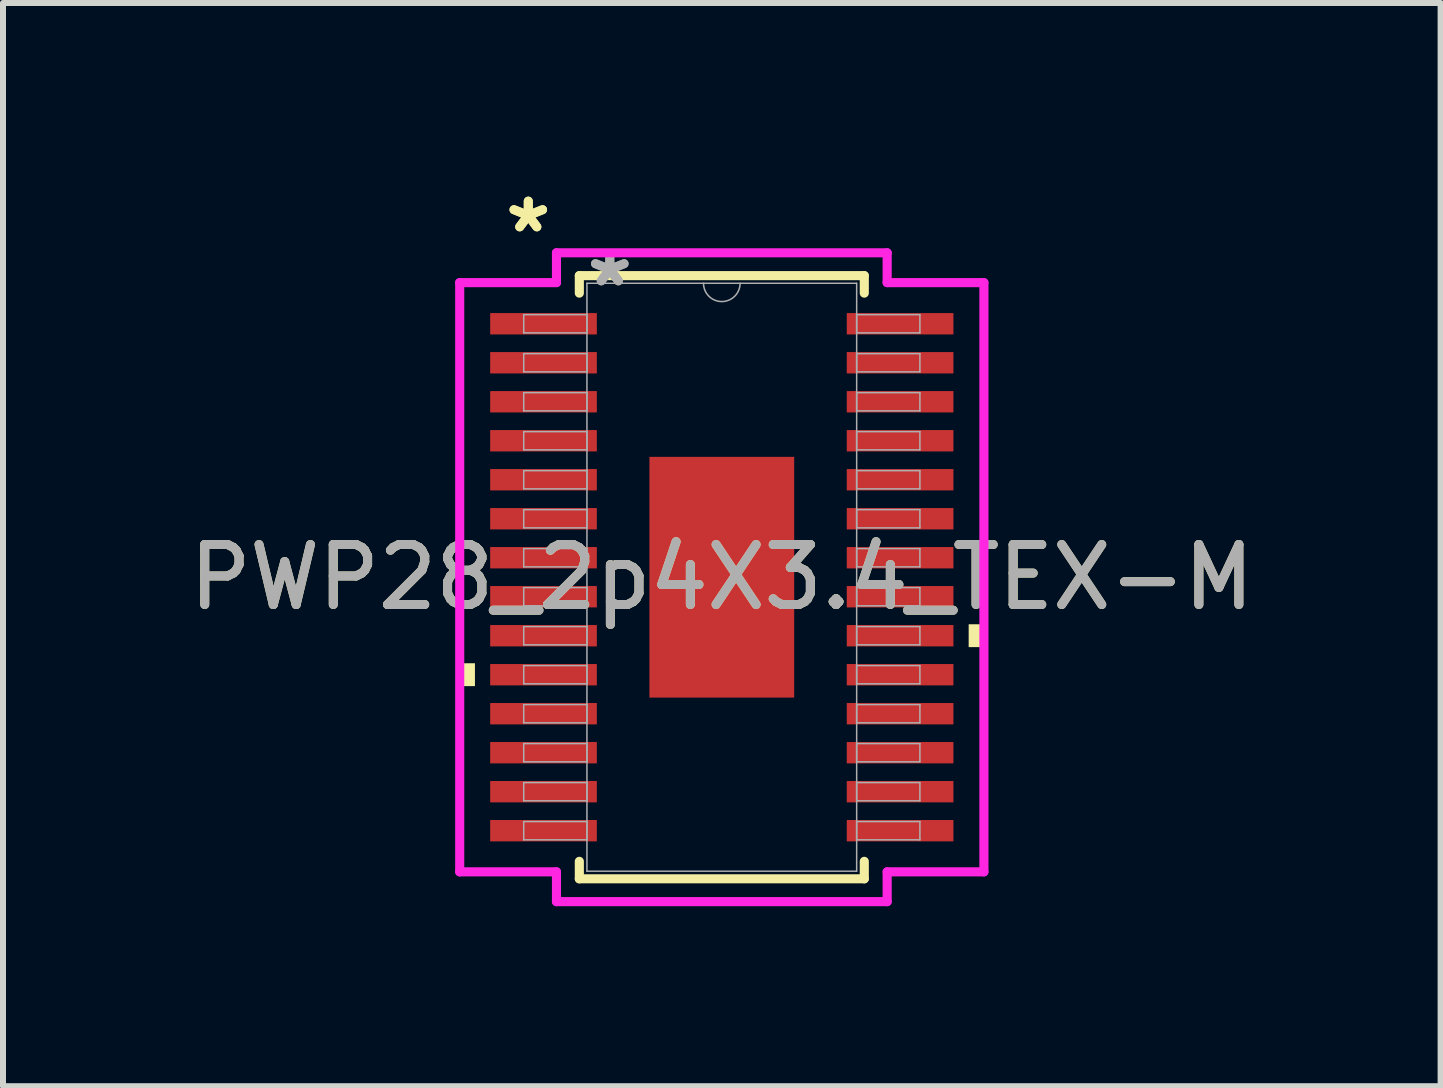
<source format=kicad_pcb>
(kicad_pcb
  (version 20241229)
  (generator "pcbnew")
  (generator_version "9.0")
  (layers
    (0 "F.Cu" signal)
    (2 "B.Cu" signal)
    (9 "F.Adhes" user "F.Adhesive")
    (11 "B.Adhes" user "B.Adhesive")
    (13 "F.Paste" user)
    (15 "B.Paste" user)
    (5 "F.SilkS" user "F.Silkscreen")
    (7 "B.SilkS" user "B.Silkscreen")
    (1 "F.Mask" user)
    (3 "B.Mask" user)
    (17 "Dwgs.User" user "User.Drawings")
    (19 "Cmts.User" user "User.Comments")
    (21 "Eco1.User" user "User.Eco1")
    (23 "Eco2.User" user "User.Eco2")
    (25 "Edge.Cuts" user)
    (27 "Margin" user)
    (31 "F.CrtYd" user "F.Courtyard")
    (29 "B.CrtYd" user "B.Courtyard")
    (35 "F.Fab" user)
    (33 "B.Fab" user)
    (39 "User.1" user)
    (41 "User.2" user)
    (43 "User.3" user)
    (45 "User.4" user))
  (footprint "PWP28_2p4X3.4_TEX-M"
    (layer "F.Cu")
    (at 8.982 6.572)
    (property "Reference" "PWP28_2p4X3.4_TEX-M" (at 0 0 0) (unlocked yes) (layer "F.SilkS") (effects (font (size 1 1) (thickness 0.15))))
    (attr smd)
    (fp_line (start -2.375 -5.027) (end -2.375 -4.736) (stroke (width 0.152) (type solid)) (layer "F.SilkS"))
    (fp_line (start -2.375 4.736) (end -2.375 5.027) (stroke (width 0.152) (type solid)) (layer "F.SilkS"))
    (fp_line (start -2.375 5.027) (end 2.375 5.027) (stroke (width 0.152) (type solid)) (layer "F.SilkS"))
    (fp_line (start 2.375 -5.027) (end -2.375 -5.027) (stroke (width 0.152) (type solid)) (layer "F.SilkS"))
    (fp_line (start 2.375 -4.736) (end 2.375 -5.027) (stroke (width 0.152) (type solid)) (layer "F.SilkS"))
    (fp_line (start 2.375 5.027) (end 2.375 4.736) (stroke (width 0.152) (type solid)) (layer "F.SilkS"))
    (fp_poly (pts (xy -4.369 1.434) (xy -4.369 1.815) (xy -4.115 1.815) (xy -4.115 1.434)) (stroke (width 0) (type solid)) (fill yes) (layer "F.SilkS"))
    (fp_poly (pts (xy 4.369 0.784) (xy 4.369 1.165) (xy 4.115 1.165) (xy 4.115 0.784)) (stroke (width 0) (type solid)) (fill yes) (layer "F.SilkS"))
    (fp_poly (pts (xy -1.107 -1.907) (xy -1.107 -0.769) (xy 1.107 -0.769) (xy 1.107 -1.907)) (stroke (width 0) (type solid)) (fill yes) (layer "F.Paste"))
    (fp_poly (pts (xy -1.107 -0.569) (xy -1.107 0.569) (xy 1.107 0.569) (xy 1.107 -0.569)) (stroke (width 0) (type solid)) (fill yes) (layer "F.Paste"))
    (fp_poly (pts (xy -1.107 0.769) (xy -1.107 1.907) (xy 1.107 1.907) (xy 1.107 0.769)) (stroke (width 0) (type solid)) (fill yes) (layer "F.Paste"))
    (fp_line (start -4.369 -4.911) (end -2.756 -4.911) (stroke (width 0.152) (type solid)) (layer "F.CrtYd"))
    (fp_line (start -4.369 4.911) (end -4.369 -4.911) (stroke (width 0.152) (type solid)) (layer "F.CrtYd"))
    (fp_line (start -4.369 4.911) (end -2.756 4.911) (stroke (width 0.152) (type solid)) (layer "F.CrtYd"))
    (fp_line (start -2.756 -5.408) (end 2.756 -5.408) (stroke (width 0.152) (type solid)) (layer "F.CrtYd"))
    (fp_line (start -2.756 -4.911) (end -2.756 -5.408) (stroke (width 0.152) (type solid)) (layer "F.CrtYd"))
    (fp_line (start -2.756 5.408) (end -2.756 4.911) (stroke (width 0.152) (type solid)) (layer "F.CrtYd"))
    (fp_line (start 2.756 -5.408) (end 2.756 -4.911) (stroke (width 0.152) (type solid)) (layer "F.CrtYd"))
    (fp_line (start 2.756 4.911) (end 2.756 5.408) (stroke (width 0.152) (type solid)) (layer "F.CrtYd"))
    (fp_line (start 2.756 5.408) (end -2.756 5.408) (stroke (width 0.152) (type solid)) (layer "F.CrtYd"))
    (fp_line (start 4.369 -4.911) (end 2.756 -4.911) (stroke (width 0.152) (type solid)) (layer "F.CrtYd"))
    (fp_line (start 4.369 -4.911) (end 4.369 4.911) (stroke (width 0.152) (type solid)) (layer "F.CrtYd"))
    (fp_line (start 4.369 4.911) (end 2.756 4.911) (stroke (width 0.152) (type solid)) (layer "F.CrtYd"))
    (fp_line (start -3.302 -4.377) (end -3.302 -4.073) (stroke (width 0.025) (type solid)) (layer "F.Fab"))
    (fp_line (start -3.302 -4.073) (end -2.248 -4.073) (stroke (width 0.025) (type solid)) (layer "F.Fab"))
    (fp_line (start -3.302 -3.727) (end -3.302 -3.423) (stroke (width 0.025) (type solid)) (layer "F.Fab"))
    (fp_line (start -3.302 -3.423) (end -2.248 -3.423) (stroke (width 0.025) (type solid)) (layer "F.Fab"))
    (fp_line (start -3.302 -3.077) (end -3.302 -2.773) (stroke (width 0.025) (type solid)) (layer "F.Fab"))
    (fp_line (start -3.302 -2.773) (end -2.248 -2.773) (stroke (width 0.025) (type solid)) (layer "F.Fab"))
    (fp_line (start -3.302 -2.427) (end -3.302 -2.123) (stroke (width 0.025) (type solid)) (layer "F.Fab"))
    (fp_line (start -3.302 -2.123) (end -2.248 -2.123) (stroke (width 0.025) (type solid)) (layer "F.Fab"))
    (fp_line (start -3.302 -1.777) (end -3.302 -1.473) (stroke (width 0.025) (type solid)) (layer "F.Fab"))
    (fp_line (start -3.302 -1.473) (end -2.248 -1.473) (stroke (width 0.025) (type solid)) (layer "F.Fab"))
    (fp_line (start -3.302 -1.127) (end -3.302 -0.823) (stroke (width 0.025) (type solid)) (layer "F.Fab"))
    (fp_line (start -3.302 -0.823) (end -2.248 -0.823) (stroke (width 0.025) (type solid)) (layer "F.Fab"))
    (fp_line (start -3.302 -0.477) (end -3.302 -0.173) (stroke (width 0.025) (type solid)) (layer "F.Fab"))
    (fp_line (start -3.302 -0.173) (end -2.248 -0.173) (stroke (width 0.025) (type solid)) (layer "F.Fab"))
    (fp_line (start -3.302 0.173) (end -3.302 0.477) (stroke (width 0.025) (type solid)) (layer "F.Fab"))
    (fp_line (start -3.302 0.477) (end -2.248 0.477) (stroke (width 0.025) (type solid)) (layer "F.Fab"))
    (fp_line (start -3.302 0.823) (end -3.302 1.127) (stroke (width 0.025) (type solid)) (layer "F.Fab"))
    (fp_line (start -3.302 1.127) (end -2.248 1.127) (stroke (width 0.025) (type solid)) (layer "F.Fab"))
    (fp_line (start -3.302 1.473) (end -3.302 1.777) (stroke (width 0.025) (type solid)) (layer "F.Fab"))
    (fp_line (start -3.302 1.777) (end -2.248 1.777) (stroke (width 0.025) (type solid)) (layer "F.Fab"))
    (fp_line (start -3.302 2.123) (end -3.302 2.427) (stroke (width 0.025) (type solid)) (layer "F.Fab"))
    (fp_line (start -3.302 2.427) (end -2.248 2.427) (stroke (width 0.025) (type solid)) (layer "F.Fab"))
    (fp_line (start -3.302 2.773) (end -3.302 3.077) (stroke (width 0.025) (type solid)) (layer "F.Fab"))
    (fp_line (start -3.302 3.077) (end -2.248 3.077) (stroke (width 0.025) (type solid)) (layer "F.Fab"))
    (fp_line (start -3.302 3.423) (end -3.302 3.727) (stroke (width 0.025) (type solid)) (layer "F.Fab"))
    (fp_line (start -3.302 3.727) (end -2.248 3.727) (stroke (width 0.025) (type solid)) (layer "F.Fab"))
    (fp_line (start -3.302 4.073) (end -3.302 4.377) (stroke (width 0.025) (type solid)) (layer "F.Fab"))
    (fp_line (start -3.302 4.377) (end -2.248 4.377) (stroke (width 0.025) (type solid)) (layer "F.Fab"))
    (fp_line (start -2.248 -4.9) (end -2.248 4.9) (stroke (width 0.025) (type solid)) (layer "F.Fab"))
    (fp_line (start -2.248 -4.377) (end -3.302 -4.377) (stroke (width 0.025) (type solid)) (layer "F.Fab"))
    (fp_line (start -2.248 -4.073) (end -2.248 -4.377) (stroke (width 0.025) (type solid)) (layer "F.Fab"))
    (fp_line (start -2.248 -3.727) (end -3.302 -3.727) (stroke (width 0.025) (type solid)) (layer "F.Fab"))
    (fp_line (start -2.248 -3.423) (end -2.248 -3.727) (stroke (width 0.025) (type solid)) (layer "F.Fab"))
    (fp_line (start -2.248 -3.077) (end -3.302 -3.077) (stroke (width 0.025) (type solid)) (layer "F.Fab"))
    (fp_line (start -2.248 -2.773) (end -2.248 -3.077) (stroke (width 0.025) (type solid)) (layer "F.Fab"))
    (fp_line (start -2.248 -2.427) (end -3.302 -2.427) (stroke (width 0.025) (type solid)) (layer "F.Fab"))
    (fp_line (start -2.248 -2.123) (end -2.248 -2.427) (stroke (width 0.025) (type solid)) (layer "F.Fab"))
    (fp_line (start -2.248 -1.777) (end -3.302 -1.777) (stroke (width 0.025) (type solid)) (layer "F.Fab"))
    (fp_line (start -2.248 -1.473) (end -2.248 -1.777) (stroke (width 0.025) (type solid)) (layer "F.Fab"))
    (fp_line (start -2.248 -1.127) (end -3.302 -1.127) (stroke (width 0.025) (type solid)) (layer "F.Fab"))
    (fp_line (start -2.248 -0.823) (end -2.248 -1.127) (stroke (width 0.025) (type solid)) (layer "F.Fab"))
    (fp_line (start -2.248 -0.477) (end -3.302 -0.477) (stroke (width 0.025) (type solid)) (layer "F.Fab"))
    (fp_line (start -2.248 -0.173) (end -2.248 -0.477) (stroke (width 0.025) (type solid)) (layer "F.Fab"))
    (fp_line (start -2.248 0.173) (end -3.302 0.173) (stroke (width 0.025) (type solid)) (layer "F.Fab"))
    (fp_line (start -2.248 0.477) (end -2.248 0.173) (stroke (width 0.025) (type solid)) (layer "F.Fab"))
    (fp_line (start -2.248 0.823) (end -3.302 0.823) (stroke (width 0.025) (type solid)) (layer "F.Fab"))
    (fp_line (start -2.248 1.127) (end -2.248 0.823) (stroke (width 0.025) (type solid)) (layer "F.Fab"))
    (fp_line (start -2.248 1.473) (end -3.302 1.473) (stroke (width 0.025) (type solid)) (layer "F.Fab"))
    (fp_line (start -2.248 1.777) (end -2.248 1.473) (stroke (width 0.025) (type solid)) (layer "F.Fab"))
    (fp_line (start -2.248 2.123) (end -3.302 2.123) (stroke (width 0.025) (type solid)) (layer "F.Fab"))
    (fp_line (start -2.248 2.427) (end -2.248 2.123) (stroke (width 0.025) (type solid)) (layer "F.Fab"))
    (fp_line (start -2.248 2.773) (end -3.302 2.773) (stroke (width 0.025) (type solid)) (layer "F.Fab"))
    (fp_line (start -2.248 3.077) (end -2.248 2.773) (stroke (width 0.025) (type solid)) (layer "F.Fab"))
    (fp_line (start -2.248 3.423) (end -3.302 3.423) (stroke (width 0.025) (type solid)) (layer "F.Fab"))
    (fp_line (start -2.248 3.727) (end -2.248 3.423) (stroke (width 0.025) (type solid)) (layer "F.Fab"))
    (fp_line (start -2.248 4.073) (end -3.302 4.073) (stroke (width 0.025) (type solid)) (layer "F.Fab"))
    (fp_line (start -2.248 4.377) (end -2.248 4.073) (stroke (width 0.025) (type solid)) (layer "F.Fab"))
    (fp_line (start -2.248 4.9) (end 2.248 4.9) (stroke (width 0.025) (type solid)) (layer "F.Fab"))
    (fp_line (start 2.248 -4.9) (end -2.248 -4.9) (stroke (width 0.025) (type solid)) (layer "F.Fab"))
    (fp_line (start 2.248 -4.377) (end 2.248 -4.073) (stroke (width 0.025) (type solid)) (layer "F.Fab"))
    (fp_line (start 2.248 -4.073) (end 3.302 -4.073) (stroke (width 0.025) (type solid)) (layer "F.Fab"))
    (fp_line (start 2.248 -3.727) (end 2.248 -3.423) (stroke (width 0.025) (type solid)) (layer "F.Fab"))
    (fp_line (start 2.248 -3.423) (end 3.302 -3.423) (stroke (width 0.025) (type solid)) (layer "F.Fab"))
    (fp_line (start 2.248 -3.077) (end 2.248 -2.773) (stroke (width 0.025) (type solid)) (layer "F.Fab"))
    (fp_line (start 2.248 -2.773) (end 3.302 -2.773) (stroke (width 0.025) (type solid)) (layer "F.Fab"))
    (fp_line (start 2.248 -2.427) (end 2.248 -2.123) (stroke (width 0.025) (type solid)) (layer "F.Fab"))
    (fp_line (start 2.248 -2.123) (end 3.302 -2.123) (stroke (width 0.025) (type solid)) (layer "F.Fab"))
    (fp_line (start 2.248 -1.777) (end 2.248 -1.473) (stroke (width 0.025) (type solid)) (layer "F.Fab"))
    (fp_line (start 2.248 -1.473) (end 3.302 -1.473) (stroke (width 0.025) (type solid)) (layer "F.Fab"))
    (fp_line (start 2.248 -1.127) (end 2.248 -0.823) (stroke (width 0.025) (type solid)) (layer "F.Fab"))
    (fp_line (start 2.248 -0.823) (end 3.302 -0.823) (stroke (width 0.025) (type solid)) (layer "F.Fab"))
    (fp_line (start 2.248 -0.477) (end 2.248 -0.173) (stroke (width 0.025) (type solid)) (layer "F.Fab"))
    (fp_line (start 2.248 -0.173) (end 3.302 -0.173) (stroke (width 0.025) (type solid)) (layer "F.Fab"))
    (fp_line (start 2.248 0.173) (end 2.248 0.477) (stroke (width 0.025) (type solid)) (layer "F.Fab"))
    (fp_line (start 2.248 0.477) (end 3.302 0.477) (stroke (width 0.025) (type solid)) (layer "F.Fab"))
    (fp_line (start 2.248 0.823) (end 2.248 1.127) (stroke (width 0.025) (type solid)) (layer "F.Fab"))
    (fp_line (start 2.248 1.127) (end 3.302 1.127) (stroke (width 0.025) (type solid)) (layer "F.Fab"))
    (fp_line (start 2.248 1.473) (end 2.248 1.777) (stroke (width 0.025) (type solid)) (layer "F.Fab"))
    (fp_line (start 2.248 1.777) (end 3.302 1.777) (stroke (width 0.025) (type solid)) (layer "F.Fab"))
    (fp_line (start 2.248 2.123) (end 2.248 2.427) (stroke (width 0.025) (type solid)) (layer "F.Fab"))
    (fp_line (start 2.248 2.427) (end 3.302 2.427) (stroke (width 0.025) (type solid)) (layer "F.Fab"))
    (fp_line (start 2.248 2.773) (end 2.248 3.077) (stroke (width 0.025) (type solid)) (layer "F.Fab"))
    (fp_line (start 2.248 3.077) (end 3.302 3.077) (stroke (width 0.025) (type solid)) (layer "F.Fab"))
    (fp_line (start 2.248 3.423) (end 2.248 3.727) (stroke (width 0.025) (type solid)) (layer "F.Fab"))
    (fp_line (start 2.248 3.727) (end 3.302 3.727) (stroke (width 0.025) (type solid)) (layer "F.Fab"))
    (fp_line (start 2.248 4.073) (end 2.248 4.377) (stroke (width 0.025) (type solid)) (layer "F.Fab"))
    (fp_line (start 2.248 4.377) (end 3.302 4.377) (stroke (width 0.025) (type solid)) (layer "F.Fab"))
    (fp_line (start 2.248 4.9) (end 2.248 -4.9) (stroke (width 0.025) (type solid)) (layer "F.Fab"))
    (fp_line (start 3.302 -4.377) (end 2.248 -4.377) (stroke (width 0.025) (type solid)) (layer "F.Fab"))
    (fp_line (start 3.302 -4.073) (end 3.302 -4.377) (stroke (width 0.025) (type solid)) (layer "F.Fab"))
    (fp_line (start 3.302 -3.727) (end 2.248 -3.727) (stroke (width 0.025) (type solid)) (layer "F.Fab"))
    (fp_line (start 3.302 -3.423) (end 3.302 -3.727) (stroke (width 0.025) (type solid)) (layer "F.Fab"))
    (fp_line (start 3.302 -3.077) (end 2.248 -3.077) (stroke (width 0.025) (type solid)) (layer "F.Fab"))
    (fp_line (start 3.302 -2.773) (end 3.302 -3.077) (stroke (width 0.025) (type solid)) (layer "F.Fab"))
    (fp_line (start 3.302 -2.427) (end 2.248 -2.427) (stroke (width 0.025) (type solid)) (layer "F.Fab"))
    (fp_line (start 3.302 -2.123) (end 3.302 -2.427) (stroke (width 0.025) (type solid)) (layer "F.Fab"))
    (fp_line (start 3.302 -1.777) (end 2.248 -1.777) (stroke (width 0.025) (type solid)) (layer "F.Fab"))
    (fp_line (start 3.302 -1.473) (end 3.302 -1.777) (stroke (width 0.025) (type solid)) (layer "F.Fab"))
    (fp_line (start 3.302 -1.127) (end 2.248 -1.127) (stroke (width 0.025) (type solid)) (layer "F.Fab"))
    (fp_line (start 3.302 -0.823) (end 3.302 -1.127) (stroke (width 0.025) (type solid)) (layer "F.Fab"))
    (fp_line (start 3.302 -0.477) (end 2.248 -0.477) (stroke (width 0.025) (type solid)) (layer "F.Fab"))
    (fp_line (start 3.302 -0.173) (end 3.302 -0.477) (stroke (width 0.025) (type solid)) (layer "F.Fab"))
    (fp_line (start 3.302 0.173) (end 2.248 0.173) (stroke (width 0.025) (type solid)) (layer "F.Fab"))
    (fp_line (start 3.302 0.477) (end 3.302 0.173) (stroke (width 0.025) (type solid)) (layer "F.Fab"))
    (fp_line (start 3.302 0.823) (end 2.248 0.823) (stroke (width 0.025) (type solid)) (layer "F.Fab"))
    (fp_line (start 3.302 1.127) (end 3.302 0.823) (stroke (width 0.025) (type solid)) (layer "F.Fab"))
    (fp_line (start 3.302 1.473) (end 2.248 1.473) (stroke (width 0.025) (type solid)) (layer "F.Fab"))
    (fp_line (start 3.302 1.777) (end 3.302 1.473) (stroke (width 0.025) (type solid)) (layer "F.Fab"))
    (fp_line (start 3.302 2.123) (end 2.248 2.123) (stroke (width 0.025) (type solid)) (layer "F.Fab"))
    (fp_line (start 3.302 2.427) (end 3.302 2.123) (stroke (width 0.025) (type solid)) (layer "F.Fab"))
    (fp_line (start 3.302 2.773) (end 2.248 2.773) (stroke (width 0.025) (type solid)) (layer "F.Fab"))
    (fp_line (start 3.302 3.077) (end 3.302 2.773) (stroke (width 0.025) (type solid)) (layer "F.Fab"))
    (fp_line (start 3.302 3.423) (end 2.248 3.423) (stroke (width 0.025) (type solid)) (layer "F.Fab"))
    (fp_line (start 3.302 3.727) (end 3.302 3.423) (stroke (width 0.025) (type solid)) (layer "F.Fab"))
    (fp_line (start 3.302 4.073) (end 2.248 4.073) (stroke (width 0.025) (type solid)) (layer "F.Fab"))
    (fp_line (start 3.302 4.377) (end 3.302 4.073) (stroke (width 0.025) (type solid)) (layer "F.Fab"))
    (fp_arc (start 0.3048 -4.900001) (mid 0 -4.595201) (end -0.3048 -4.900001) (stroke (width 0.0254) (type solid)) (layer "F.Fab"))
    (fp_text user "*" (at -3.226 -5.724 0) (unlocked yes) (layer "F.SilkS") (effects (font (size 1 1) (thickness 0.15))))
    (fp_text user "*" (at -3.226 -5.724 0) (layer "F.SilkS") (effects (font (size 1 1) (thickness 0.15))))
    (fp_text user "*" (at -1.867 -4.824 0) (layer "F.Fab") (effects (font (size 1 1) (thickness 0.15))))
    (fp_text user "*" (at -1.867 -4.824 0) (unlocked yes) (layer "F.Fab") (effects (font (size 1 1) (thickness 0.15))))
    (fp_text user "${REFERENCE}" (at 0 0 0) (unlocked yes) (layer "F.Fab") (effects (font (size 1 1) (thickness 0.15))))
    (pad "1" smd rect (at -2.972 -4.225) (size 1.778 0.356) (layers "F.Cu" "F.Mask" "F.Paste"))
    (pad "2" smd rect (at -2.972 -3.575) (size 1.778 0.356) (layers "F.Cu" "F.Mask" "F.Paste"))
    (pad "3" smd rect (at -2.972 -2.925) (size 1.778 0.356) (layers "F.Cu" "F.Mask" "F.Paste"))
    (pad "4" smd rect (at -2.972 -2.275) (size 1.778 0.356) (layers "F.Cu" "F.Mask" "F.Paste"))
    (pad "5" smd rect (at -2.972 -1.625) (size 1.778 0.356) (layers "F.Cu" "F.Mask" "F.Paste"))
    (pad "6" smd rect (at -2.972 -0.975) (size 1.778 0.356) (layers "F.Cu" "F.Mask" "F.Paste"))
    (pad "7" smd rect (at -2.972 -0.325) (size 1.778 0.356) (layers "F.Cu" "F.Mask" "F.Paste"))
    (pad "8" smd rect (at -2.972 0.325) (size 1.778 0.356) (layers "F.Cu" "F.Mask" "F.Paste"))
    (pad "9" smd rect (at -2.972 0.975) (size 1.778 0.356) (layers "F.Cu" "F.Mask" "F.Paste"))
    (pad "10" smd rect (at -2.972 1.625) (size 1.778 0.356) (layers "F.Cu" "F.Mask" "F.Paste"))
    (pad "11" smd rect (at -2.972 2.275) (size 1.778 0.356) (layers "F.Cu" "F.Mask" "F.Paste"))
    (pad "12" smd rect (at -2.972 2.925) (size 1.778 0.356) (layers "F.Cu" "F.Mask" "F.Paste"))
    (pad "13" smd rect (at -2.972 3.575) (size 1.778 0.356) (layers "F.Cu" "F.Mask" "F.Paste"))
    (pad "14" smd rect (at -2.972 4.225) (size 1.778 0.356) (layers "F.Cu" "F.Mask" "F.Paste"))
    (pad "15" smd rect (at 2.972 4.225) (size 1.778 0.356) (layers "F.Cu" "F.Mask" "F.Paste"))
    (pad "16" smd rect (at 2.972 3.575) (size 1.778 0.356) (layers "F.Cu" "F.Mask" "F.Paste"))
    (pad "17" smd rect (at 2.972 2.925) (size 1.778 0.356) (layers "F.Cu" "F.Mask" "F.Paste"))
    (pad "18" smd rect (at 2.972 2.275) (size 1.778 0.356) (layers "F.Cu" "F.Mask" "F.Paste"))
    (pad "19" smd rect (at 2.972 1.625) (size 1.778 0.356) (layers "F.Cu" "F.Mask" "F.Paste"))
    (pad "20" smd rect (at 2.972 0.975) (size 1.778 0.356) (layers "F.Cu" "F.Mask" "F.Paste"))
    (pad "21" smd rect (at 2.972 0.325) (size 1.778 0.356) (layers "F.Cu" "F.Mask" "F.Paste"))
    (pad "22" smd rect (at 2.972 -0.325) (size 1.778 0.356) (layers "F.Cu" "F.Mask" "F.Paste"))
    (pad "23" smd rect (at 2.972 -0.975) (size 1.778 0.356) (layers "F.Cu" "F.Mask" "F.Paste"))
    (pad "24" smd rect (at 2.972 -1.625) (size 1.778 0.356) (layers "F.Cu" "F.Mask" "F.Paste"))
    (pad "25" smd rect (at 2.972 -2.275) (size 1.778 0.356) (layers "F.Cu" "F.Mask" "F.Paste"))
    (pad "26" smd rect (at 2.972 -2.925) (size 1.778 0.356) (layers "F.Cu" "F.Mask" "F.Paste"))
    (pad "27" smd rect (at 2.972 -3.575) (size 1.778 0.356) (layers "F.Cu" "F.Mask" "F.Paste"))
    (pad "28" smd rect (at 2.972 -4.225) (size 1.778 0.356) (layers "F.Cu" "F.Mask" "F.Paste"))
    (pad "EPAD" smd rect (at 0 0) (size 2.413 4.013) (layers "F.Cu" "F.Mask")))
  (gr_rect
    (start -3 -3)
    (end 20.964 15.056)
    (stroke (width 0.1) (type default))
    (fill no)
    (layer "Edge.Cuts")))
</source>
